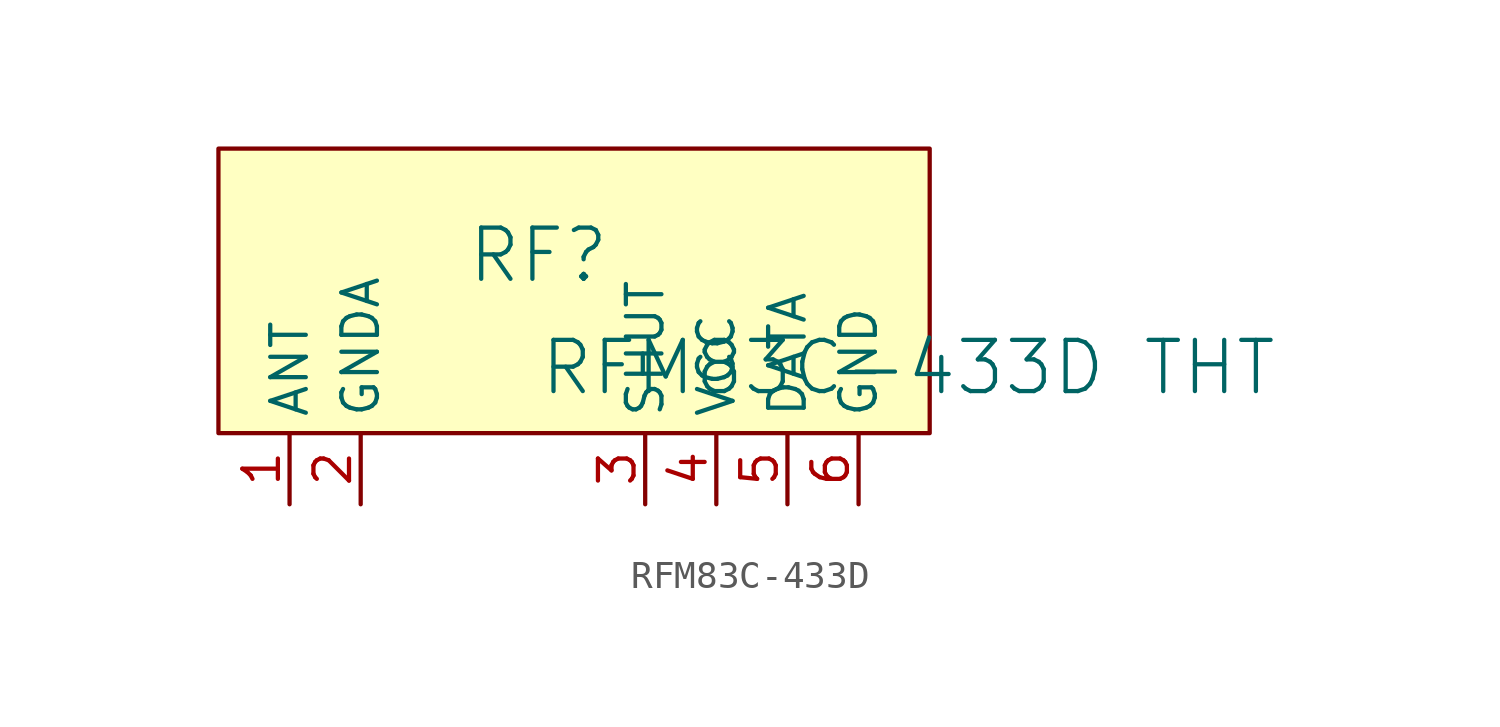
<source format=kicad_sym>
(kicad_symbol_lib
  (version 20241209)
  (generator "kicad_symbol_editor")
  (generator_version "9.0")
  (symbol "RFM83C-433D"
    (property "Reference" "RF"
      (at -1.27 1.27 0)
      (effects (font (size 1.829 1.829))))
    (property "Value" "RFM83C-433D THT"
      (at -1.27 -3.81 0)
      (effects (font (size 1.829 1.829)) (justify left bottom)))
    (symbol "RFM83C-433D_1_0"
      (rectangle (start 12.7 5.08) (end -12.7 -5.08) (stroke (width 0) (type solid) (color 128 0 0 1)) (fill (type background)))
      (pin passive line (at -10.16 -7.62 90) (length 2.54) (name "ANT" (effects (font (size 1.27 1.27)))) (number "1" (effects (font (size 1.27 1.27)))))
      (pin passive line (at -7.62 -7.62 90) (length 2.54) (name "GNDA" (effects (font (size 1.27 1.27)))) (number "2" (effects (font (size 1.27 1.27)))))
      (pin passive line (at 2.54 -7.62 90) (length 2.54) (name "SHUT" (effects (font (size 1.27 1.27)))) (number "3" (effects (font (size 1.27 1.27)))))
      (pin passive line (at 5.08 -7.62 90) (length 2.54) (name "VCC" (effects (font (size 1.27 1.27)))) (number "4" (effects (font (size 1.27 1.27)))))
      (pin passive line (at 7.62 -7.62 90) (length 2.54) (name "DATA" (effects (font (size 1.27 1.27)))) (number "5" (effects (font (size 1.27 1.27)))))
      (pin passive line (at 10.16 -7.62 90) (length 2.54) (name "GND" (effects (font (size 1.27 1.27)))) (number "6" (effects (font (size 1.27 1.27))))))))
</source>
